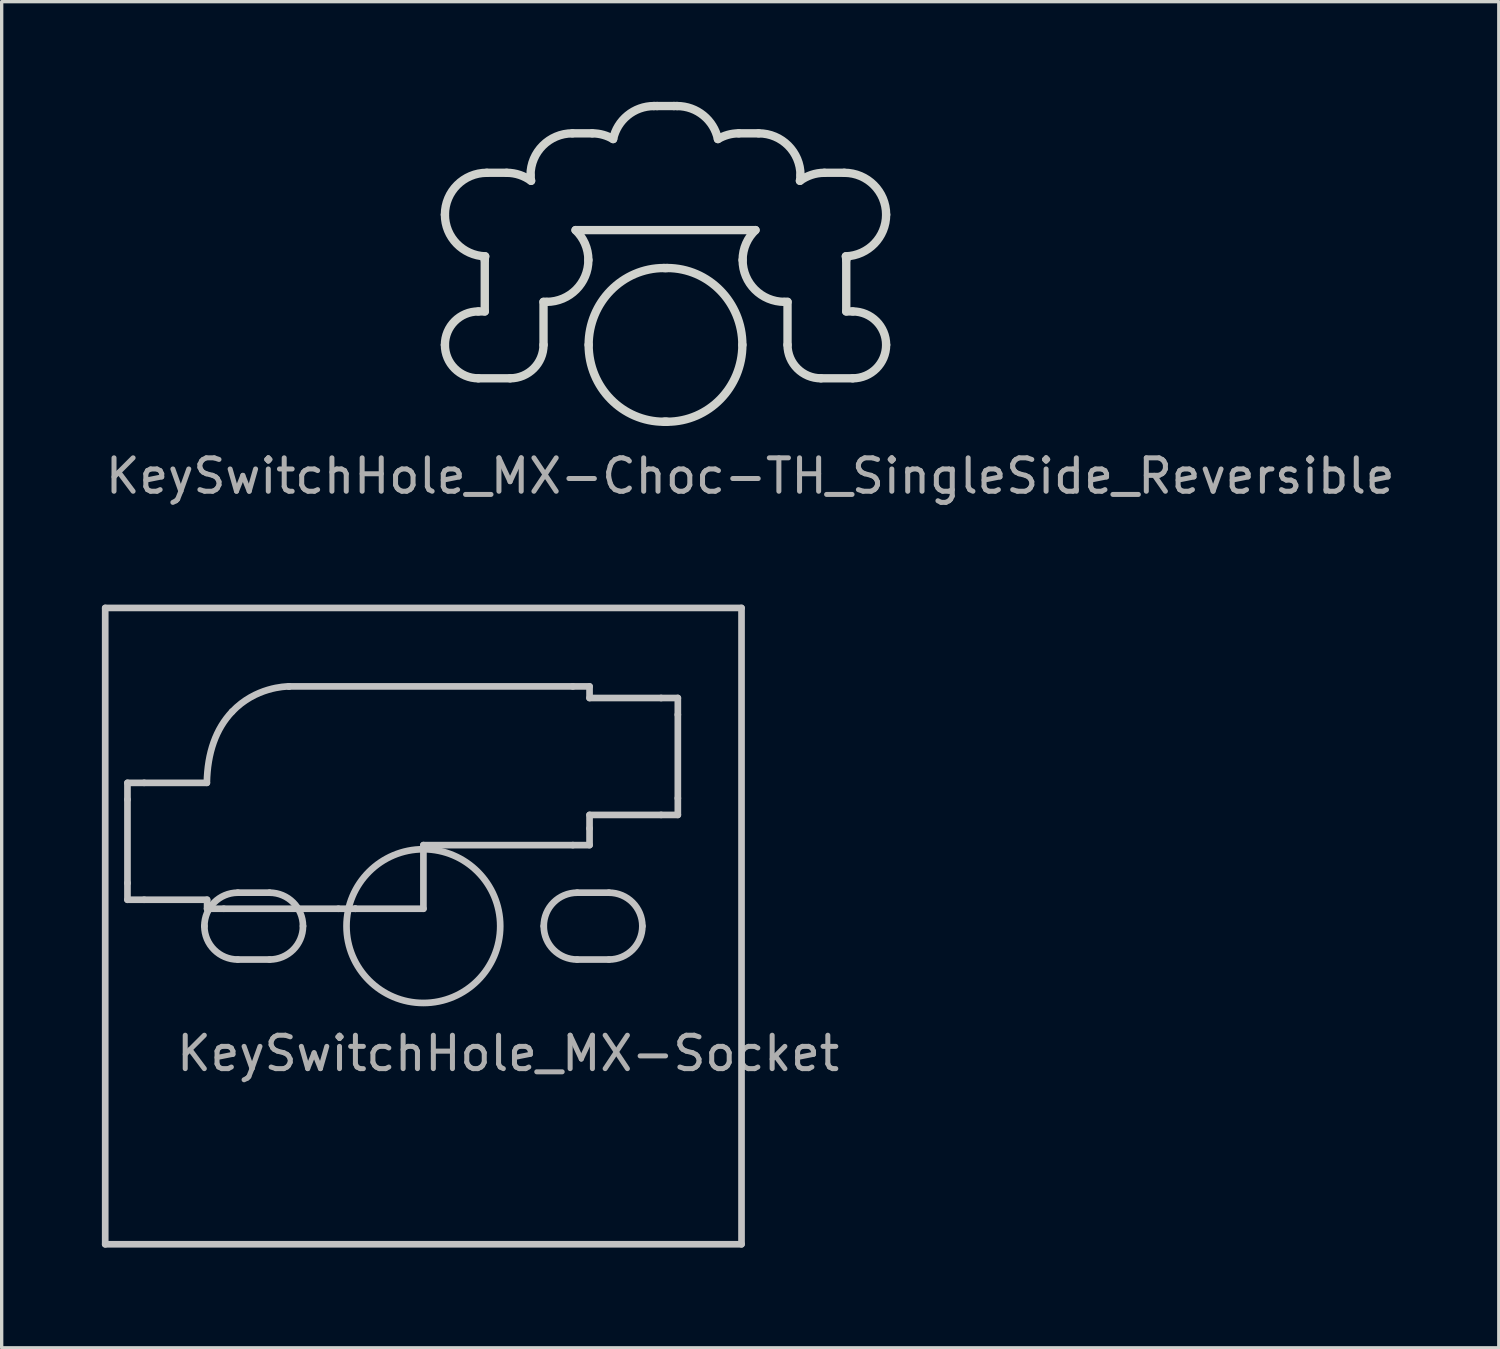
<source format=kicad_pcb>
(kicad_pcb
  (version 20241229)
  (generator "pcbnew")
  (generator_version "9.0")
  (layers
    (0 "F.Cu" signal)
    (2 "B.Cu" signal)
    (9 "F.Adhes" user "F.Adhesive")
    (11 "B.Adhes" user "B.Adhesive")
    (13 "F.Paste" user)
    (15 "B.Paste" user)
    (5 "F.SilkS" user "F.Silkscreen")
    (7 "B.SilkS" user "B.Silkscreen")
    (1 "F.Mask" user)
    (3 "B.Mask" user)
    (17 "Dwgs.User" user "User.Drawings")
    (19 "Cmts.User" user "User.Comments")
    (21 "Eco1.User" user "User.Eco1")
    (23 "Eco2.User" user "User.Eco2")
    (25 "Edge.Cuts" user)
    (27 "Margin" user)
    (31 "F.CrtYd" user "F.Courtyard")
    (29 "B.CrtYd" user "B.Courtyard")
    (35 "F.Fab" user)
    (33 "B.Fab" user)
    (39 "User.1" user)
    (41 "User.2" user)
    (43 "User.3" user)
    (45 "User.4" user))
  (footprint "KeySwitchHole_MX-Socket"
    (layer "F.Cu")
    (at 9.625 24.676)
    (property "Reference" "KeySwitchHole_MX-Socket" (at 2.537 3.812 0) (layer "F.Fab") (effects (font (size 1 1) (thickness 0.15))))
    (attr through_hole)
    (fp_circle (center 0 0) (end 2.301 0) (stroke (width 0.2) (type solid)) (fill no) (layer "Dwgs.User"))
    (fp_curve (pts (xy -9.525 -9.525) (xy -9.525 -9.525) (xy 9.525 -9.525) (xy 9.525 -9.525)) (stroke (width 0.2) (type solid)) (layer "Dwgs.User"))
    (fp_curve (pts (xy -9.525 9.525) (xy -9.525 9.525) (xy -9.525 -9.525) (xy -9.525 -9.525)) (stroke (width 0.2) (type solid)) (layer "Dwgs.User"))
    (fp_curve (pts (xy -8.859 -4.289) (xy -8.859 -4.289) (xy -8.859 -3.789) (xy -8.859 -3.789)) (stroke (width 0.2) (type solid)) (layer "Dwgs.User"))
    (fp_curve (pts (xy -8.859 -3.789) (xy -8.859 -3.789) (xy -8.859 -1.289) (xy -8.859 -1.289)) (stroke (width 0.2) (type solid)) (layer "Dwgs.User"))
    (fp_curve (pts (xy -8.859 -1.289) (xy -8.859 -1.289) (xy -8.859 -0.789) (xy -8.859 -0.789)) (stroke (width 0.2) (type solid)) (layer "Dwgs.User"))
    (fp_curve (pts (xy -8.859 -0.789) (xy -8.859 -0.789) (xy -8.359 -0.789) (xy -8.359 -0.789)) (stroke (width 0.2) (type solid)) (layer "Dwgs.User"))
    (fp_curve (pts (xy -8.359 -4.289) (xy -8.359 -4.289) (xy -8.859 -4.289) (xy -8.859 -4.289)) (stroke (width 0.2) (type solid)) (layer "Dwgs.User"))
    (fp_curve (pts (xy -8.359 -0.789) (xy -8.359 -0.789) (xy -6.475 -0.789) (xy -6.475 -0.789)) (stroke (width 0.2) (type solid)) (layer "Dwgs.User"))
    (fp_curve (pts (xy -6.556 -0.000255) (xy -6.556 -0.553) (xy -6.108 -1.001) (xy -5.555 -1.001)) (stroke (width 0.2) (type solid)) (layer "Dwgs.User"))
    (fp_curve (pts (xy -6.482 -4.289) (xy -6.482 -4.289) (xy -8.359 -4.289) (xy -8.359 -4.289)) (stroke (width 0.2) (type solid)) (layer "Dwgs.User"))
    (fp_curve (pts (xy -6.475 -0.789) (xy -6.475 -0.789) (xy -6.475 -0.52) (xy -6.475 -0.52)) (stroke (width 0.2) (type solid)) (layer "Dwgs.User"))
    (fp_curve (pts (xy -6.475 -0.52) (xy -6.475 -0.52) (xy -5.975 -0.52) (xy -5.975 -0.52)) (stroke (width 0.2) (type solid)) (layer "Dwgs.User"))
    (fp_curve (pts (xy -5.975 -0.52) (xy -5.975 -0.52) (xy -2.544 -0.52) (xy -2.544 -0.52)) (stroke (width 0.2) (type solid)) (layer "Dwgs.User"))
    (fp_curve (pts (xy -5.726 -6.419) (xy -6.211 -5.906) (xy -6.465 -5.191) (xy -6.482 -4.289)) (stroke (width 0.2) (type solid)) (layer "Dwgs.User"))
    (fp_curve (pts (xy -5.555 -1.001) (xy -5.555 -1.001) (xy -4.605 -1.001) (xy -4.605 -1.001)) (stroke (width 0.2) (type solid)) (layer "Dwgs.User"))
    (fp_curve (pts (xy -5.555 1.001) (xy -6.108 1.001) (xy -6.556 0.553) (xy -6.556 -0.000255)) (stroke (width 0.2) (type solid)) (layer "Dwgs.User"))
    (fp_curve (pts (xy -4.605 -1.001) (xy -4.053 -1.001) (xy -3.604 -0.553) (xy -3.604 -0.000255)) (stroke (width 0.2) (type solid)) (layer "Dwgs.User"))
    (fp_curve (pts (xy -4.605 1.001) (xy -4.605 1.001) (xy -5.555 1.001) (xy -5.555 1.001)) (stroke (width 0.2) (type solid)) (layer "Dwgs.User"))
    (fp_curve (pts (xy -4.023 -7.176) (xy -4.124 -7.176) (xy -5.029 -7.155) (xy -5.726 -6.419)) (stroke (width 0.2) (type solid)) (layer "Dwgs.User"))
    (fp_curve (pts (xy -4.022 -7.176) (xy -4.022 -7.176) (xy -4.023 -7.176) (xy -4.023 -7.176)) (stroke (width 0.2) (type solid)) (layer "Dwgs.User"))
    (fp_curve (pts (xy -3.604 -0.000255) (xy -3.604 0.553) (xy -4.053 1.001) (xy -4.605 1.001)) (stroke (width 0.2) (type solid)) (layer "Dwgs.User"))
    (fp_curve (pts (xy -2.544 -0.52) (xy -2.544 -0.52) (xy -2.037 -0.52) (xy -2.037 -0.52)) (stroke (width 0.2) (type solid)) (layer "Dwgs.User"))
    (fp_curve (pts (xy -2.037 -0.52) (xy -2.037 -0.52) (xy -2.037 -0.52) (xy -2.037 -0.52)) (stroke (width 0.2) (type solid)) (layer "Dwgs.User"))
    (fp_curve (pts (xy -2.037 -0.52) (xy -2.037 -0.52) (xy 0.001 -0.52) (xy 0.001 -0.52)) (stroke (width 0.2) (type solid)) (layer "Dwgs.User"))
    (fp_curve (pts (xy 0.001 -2.425) (xy 0.001 -2.425) (xy 4.475 -2.425) (xy 4.475 -2.425)) (stroke (width 0.2) (type solid)) (layer "Dwgs.User"))
    (fp_curve (pts (xy 0.001 -0.52) (xy 0.001 -0.52) (xy 0.001 -2.425) (xy 0.001 -2.425)) (stroke (width 0.2) (type solid)) (layer "Dwgs.User"))
    (fp_curve (pts (xy 3.604 -0.000255) (xy 3.604 -0.553) (xy 4.052 -1.001) (xy 4.605 -1.001)) (stroke (width 0.2) (type solid)) (layer "Dwgs.User"))
    (fp_curve (pts (xy 4.475 -7.176) (xy 4.475 -7.176) (xy -4.022 -7.176) (xy -4.022 -7.176)) (stroke (width 0.2) (type solid)) (layer "Dwgs.User"))
    (fp_curve (pts (xy 4.475 -2.425) (xy 4.475 -2.425) (xy 4.975 -2.425) (xy 4.975 -2.425)) (stroke (width 0.2) (type solid)) (layer "Dwgs.User"))
    (fp_curve (pts (xy 4.605 -1.001) (xy 4.605 -1.001) (xy 5.555 -1.001) (xy 5.555 -1.001)) (stroke (width 0.2) (type solid)) (layer "Dwgs.User"))
    (fp_curve (pts (xy 4.605 1.001) (xy 4.052 1.001) (xy 3.604 0.553) (xy 3.604 -0.000255)) (stroke (width 0.2) (type solid)) (layer "Dwgs.User"))
    (fp_curve (pts (xy 4.975 -7.176) (xy 4.975 -7.176) (xy 4.475 -7.176) (xy 4.475 -7.176)) (stroke (width 0.2) (type solid)) (layer "Dwgs.User"))
    (fp_curve (pts (xy 4.975 -6.829) (xy 4.975 -6.829) (xy 4.975 -7.176) (xy 4.975 -7.176)) (stroke (width 0.2) (type solid)) (layer "Dwgs.User"))
    (fp_curve (pts (xy 4.975 -3.329) (xy 4.975 -3.329) (xy 7.118 -3.329) (xy 7.118 -3.329)) (stroke (width 0.2) (type solid)) (layer "Dwgs.User"))
    (fp_curve (pts (xy 4.975 -2.925) (xy 4.975 -2.925) (xy 4.975 -3.329) (xy 4.975 -3.329)) (stroke (width 0.2) (type solid)) (layer "Dwgs.User"))
    (fp_curve (pts (xy 4.975 -2.425) (xy 4.975 -2.425) (xy 4.975 -2.925) (xy 4.975 -2.925)) (stroke (width 0.2) (type solid)) (layer "Dwgs.User"))
    (fp_curve (pts (xy 5.555 -1.001) (xy 6.108 -1.001) (xy 6.556 -0.553) (xy 6.556 -0.000255)) (stroke (width 0.2) (type solid)) (layer "Dwgs.User"))
    (fp_curve (pts (xy 5.555 1.001) (xy 5.555 1.001) (xy 4.605 1.001) (xy 4.605 1.001)) (stroke (width 0.2) (type solid)) (layer "Dwgs.User"))
    (fp_curve (pts (xy 6.556 -0.000255) (xy 6.556 0.553) (xy 6.108 1.001) (xy 5.555 1.001)) (stroke (width 0.2) (type solid)) (layer "Dwgs.User"))
    (fp_curve (pts (xy 7.118 -6.829) (xy 7.118 -6.829) (xy 4.975 -6.829) (xy 4.975 -6.829)) (stroke (width 0.2) (type solid)) (layer "Dwgs.User"))
    (fp_curve (pts (xy 7.118 -3.329) (xy 7.118 -3.329) (xy 7.618 -3.329) (xy 7.618 -3.329)) (stroke (width 0.2) (type solid)) (layer "Dwgs.User"))
    (fp_curve (pts (xy 7.618 -6.829) (xy 7.618 -6.829) (xy 7.118 -6.829) (xy 7.118 -6.829)) (stroke (width 0.2) (type solid)) (layer "Dwgs.User"))
    (fp_curve (pts (xy 7.618 -6.329) (xy 7.618 -6.329) (xy 7.618 -6.829) (xy 7.618 -6.829)) (stroke (width 0.2) (type solid)) (layer "Dwgs.User"))
    (fp_curve (pts (xy 7.618 -3.829) (xy 7.618 -3.829) (xy 7.618 -6.329) (xy 7.618 -6.329)) (stroke (width 0.2) (type solid)) (layer "Dwgs.User"))
    (fp_curve (pts (xy 7.618 -3.329) (xy 7.618 -3.329) (xy 7.618 -3.829) (xy 7.618 -3.829)) (stroke (width 0.2) (type solid)) (layer "Dwgs.User"))
    (fp_curve (pts (xy 9.525 -9.525) (xy 9.525 -9.525) (xy 9.525 9.525) (xy 9.525 9.525)) (stroke (width 0.2) (type solid)) (layer "Dwgs.User"))
    (fp_curve (pts (xy 9.525 9.525) (xy 9.525 9.525) (xy -9.525 9.525) (xy -9.525 9.525)) (stroke (width 0.2) (type solid)) (layer "Dwgs.User")))
  (footprint "KeySwitchHole_MX-Choc-TH_SingleSide_Reversible"
    (layer "F.Cu")
    (at 16.826 7.275)
    (property "Reference" "KeySwitchHole_MX-Choc-TH_SingleSide_Reversible" (at 2.585 3.927 0) (layer "F.Fab") (effects (font (size 1 1) (thickness 0.15))))
    (attr through_hole)
    (fp_curve (pts (xy -6.556 -3.899) (xy -6.556 -3.223) (xy -6.021 -2.676) (xy -5.351 -2.651)) (stroke (width 0.25) (type solid)) (layer "Edge.Cuts"))
    (fp_curve (pts (xy -6.556 -0.000261) (xy -6.556 0.553) (xy -6.108 1.001) (xy -5.555 1.001)) (stroke (width 0.25) (type solid)) (layer "Edge.Cuts"))
    (fp_curve (pts (xy -5.555 -1.001) (xy -6.108 -1.001) (xy -6.556 -0.553) (xy -6.556 -0.000261)) (stroke (width 0.25) (type solid)) (layer "Edge.Cuts"))
    (fp_curve (pts (xy -5.555 1.001) (xy -5.555 1.001) (xy -4.605 1.001) (xy -4.605 1.001)) (stroke (width 0.25) (type solid)) (layer "Edge.Cuts"))
    (fp_curve (pts (xy -5.363 -2.54) (xy -5.363 -2.54) (xy -5.363 -1.001) (xy -5.363 -1.001)) (stroke (width 0.25) (type solid)) (layer "Edge.Cuts"))
    (fp_curve (pts (xy -5.363 -1.001) (xy -5.363 -1.001) (xy -5.555 -1.001) (xy -5.555 -1.001)) (stroke (width 0.25) (type solid)) (layer "Edge.Cuts"))
    (fp_curve (pts (xy -5.351 -2.651) (xy -5.355 -2.614) (xy -5.363 -2.578) (xy -5.363 -2.54)) (stroke (width 0.25) (type solid)) (layer "Edge.Cuts"))
    (fp_curve (pts (xy -5.303 -5.152) (xy -5.995 -5.152) (xy -6.556 -4.591) (xy -6.556 -3.899)) (stroke (width 0.25) (type solid)) (layer "Edge.Cuts"))
    (fp_curve (pts (xy -4.707 -5.152) (xy -4.707 -5.152) (xy -5.303 -5.152) (xy -5.303 -5.152)) (stroke (width 0.25) (type solid)) (layer "Edge.Cuts"))
    (fp_curve (pts (xy -4.605 1.001) (xy -4.053 1.001) (xy -3.604 0.553) (xy -3.604 -0.000261)) (stroke (width 0.25) (type solid)) (layer "Edge.Cuts"))
    (fp_curve (pts (xy -3.993 -5.08) (xy -3.993 -5.023) (xy -3.983 -4.968) (xy -3.976 -4.912)) (stroke (width 0.25) (type solid)) (layer "Edge.Cuts"))
    (fp_curve (pts (xy -3.976 -4.912) (xy -4.182 -5.061) (xy -4.433 -5.152) (xy -4.707 -5.152)) (stroke (width 0.25) (type solid)) (layer "Edge.Cuts"))
    (fp_curve (pts (xy -3.604 -1.288) (xy -3.604 -1.288) (xy -3.513 -1.288) (xy -3.513 -1.288)) (stroke (width 0.25) (type solid)) (layer "Edge.Cuts"))
    (fp_curve (pts (xy -3.604 -0.000261) (xy -3.604 -0.000261) (xy -3.604 -1.288) (xy -3.604 -1.288)) (stroke (width 0.25) (type solid)) (layer "Edge.Cuts"))
    (fp_curve (pts (xy -3.513 -1.288) (xy -2.821 -1.288) (xy -2.261 -1.848) (xy -2.261 -2.54)) (stroke (width 0.25) (type solid)) (layer "Edge.Cuts"))
    (fp_curve (pts (xy -2.74 -6.333) (xy -3.432 -6.333) (xy -3.993 -5.772) (xy -3.993 -5.08)) (stroke (width 0.25) (type solid)) (layer "Edge.Cuts"))
    (fp_curve (pts (xy -2.645 -3.436) (xy -2.645 -3.436) (xy 2.742 -3.436) (xy 2.742 -3.436)) (stroke (width 0.25) (type solid)) (layer "Edge.Cuts"))
    (fp_curve (pts (xy -2.261 -2.54) (xy -2.261 -2.894) (xy -2.41 -3.21) (xy -2.645 -3.436)) (stroke (width 0.25) (type solid)) (layer "Edge.Cuts"))
    (fp_curve (pts (xy -2.253 -0.000002) (xy -2.253 1.271) (xy -1.244 2.301) (xy 0.001 2.301)) (stroke (width 0.25) (type solid)) (layer "Edge.Cuts"))
    (fp_curve (pts (xy -2.144 -6.333) (xy -2.144 -6.333) (xy -2.74 -6.333) (xy -2.74 -6.333)) (stroke (width 0.25) (type solid)) (layer "Edge.Cuts"))
    (fp_curve (pts (xy -1.52 -6.162) (xy -1.704 -6.269) (xy -1.916 -6.333) (xy -2.144 -6.333)) (stroke (width 0.25) (type solid)) (layer "Edge.Cuts"))
    (fp_curve (pts (xy -0.297 -7.15) (xy -0.898 -7.15) (xy -1.399 -6.727) (xy -1.52 -6.162)) (stroke (width 0.25) (type solid)) (layer "Edge.Cuts"))
    (fp_curve (pts (xy -0.203 -7.15) (xy -0.203 -7.15) (xy -0.297 -7.15) (xy -0.297 -7.15)) (stroke (width 0.25) (type solid)) (layer "Edge.Cuts"))
    (fp_curve (pts (xy 0.001 -2.301) (xy -1.244 -2.301) (xy -2.253 -1.271) (xy -2.253 -0.000002)) (stroke (width 0.25) (type solid)) (layer "Edge.Cuts"))
    (fp_curve (pts (xy 0.001 2.301) (xy 0.017 2.301) (xy 0.032 2.299) (xy 0.048 2.299)) (stroke (width 0.25) (type solid)) (layer "Edge.Cuts"))
    (fp_curve (pts (xy 0.048 -2.299) (xy 0.032 -2.299) (xy 0.017 -2.301) (xy 0.001 -2.301)) (stroke (width 0.25) (type solid)) (layer "Edge.Cuts"))
    (fp_curve (pts (xy 0.048 2.299) (xy 0.064 2.299) (xy 0.08 2.301) (xy 0.096 2.301)) (stroke (width 0.25) (type solid)) (layer "Edge.Cuts"))
    (fp_curve (pts (xy 0.096 -2.301) (xy 0.08 -2.301) (xy 0.064 -2.299) (xy 0.048 -2.299)) (stroke (width 0.25) (type solid)) (layer "Edge.Cuts"))
    (fp_curve (pts (xy 0.096 2.301) (xy 1.34 2.301) (xy 2.349 1.271) (xy 2.349 -0.000002)) (stroke (width 0.25) (type solid)) (layer "Edge.Cuts"))
    (fp_curve (pts (xy 0.3 -7.15) (xy 0.3 -7.15) (xy -0.203 -7.15) (xy -0.203 -7.15)) (stroke (width 0.25) (type solid)) (layer "Edge.Cuts"))
    (fp_curve (pts (xy 0.393 -7.15) (xy 0.393 -7.15) (xy 0.3 -7.15) (xy 0.3 -7.15)) (stroke (width 0.25) (type solid)) (layer "Edge.Cuts"))
    (fp_curve (pts (xy 1.617 -6.162) (xy 1.495 -6.727) (xy 0.994 -7.15) (xy 0.393 -7.15)) (stroke (width 0.25) (type solid)) (layer "Edge.Cuts"))
    (fp_curve (pts (xy 2.24 -6.333) (xy 2.012 -6.333) (xy 1.801 -6.269) (xy 1.617 -6.162)) (stroke (width 0.25) (type solid)) (layer "Edge.Cuts"))
    (fp_curve (pts (xy 2.349 -0.000002) (xy 2.349 -1.271) (xy 1.34 -2.301) (xy 0.096 -2.301)) (stroke (width 0.25) (type solid)) (layer "Edge.Cuts"))
    (fp_curve (pts (xy 2.357 -2.54) (xy 2.357 -1.848) (xy 2.918 -1.288) (xy 3.61 -1.288)) (stroke (width 0.25) (type solid)) (layer "Edge.Cuts"))
    (fp_curve (pts (xy 2.742 -3.436) (xy 2.506 -3.21) (xy 2.357 -2.894) (xy 2.357 -2.54)) (stroke (width 0.25) (type solid)) (layer "Edge.Cuts"))
    (fp_curve (pts (xy 2.837 -6.333) (xy 2.837 -6.333) (xy 2.24 -6.333) (xy 2.24 -6.333)) (stroke (width 0.25) (type solid)) (layer "Edge.Cuts"))
    (fp_curve (pts (xy 3.61 -1.288) (xy 3.61 -1.288) (xy 3.701 -1.288) (xy 3.701 -1.288)) (stroke (width 0.25) (type solid)) (layer "Edge.Cuts"))
    (fp_curve (pts (xy 3.701 -1.288) (xy 3.701 -1.288) (xy 3.701 -0.000261) (xy 3.701 -0.000261)) (stroke (width 0.25) (type solid)) (layer "Edge.Cuts"))
    (fp_curve (pts (xy 3.701 -0.000261) (xy 3.701 0.553) (xy 4.149 1.001) (xy 4.702 1.001)) (stroke (width 0.25) (type solid)) (layer "Edge.Cuts"))
    (fp_curve (pts (xy 4.073 -4.912) (xy 4.08 -4.968) (xy 4.089 -5.023) (xy 4.089 -5.08)) (stroke (width 0.25) (type solid)) (layer "Edge.Cuts"))
    (fp_curve (pts (xy 4.089 -5.08) (xy 4.089 -5.772) (xy 3.529 -6.333) (xy 2.837 -6.333)) (stroke (width 0.25) (type solid)) (layer "Edge.Cuts"))
    (fp_curve (pts (xy 4.702 1.001) (xy 4.702 1.001) (xy 5.652 1.001) (xy 5.652 1.001)) (stroke (width 0.25) (type solid)) (layer "Edge.Cuts"))
    (fp_curve (pts (xy 4.804 -5.152) (xy 4.53 -5.152) (xy 4.279 -5.061) (xy 4.073 -4.912)) (stroke (width 0.25) (type solid)) (layer "Edge.Cuts"))
    (fp_curve (pts (xy 5.4 -5.152) (xy 5.4 -5.152) (xy 4.804 -5.152) (xy 4.804 -5.152)) (stroke (width 0.25) (type solid)) (layer "Edge.Cuts"))
    (fp_curve (pts (xy 5.448 -2.651) (xy 6.117 -2.676) (xy 6.653 -3.223) (xy 6.653 -3.899)) (stroke (width 0.25) (type solid)) (layer "Edge.Cuts"))
    (fp_curve (pts (xy 5.459 -2.54) (xy 5.459 -2.578) (xy 5.451 -2.614) (xy 5.448 -2.651)) (stroke (width 0.25) (type solid)) (layer "Edge.Cuts"))
    (fp_curve (pts (xy 5.459 -1.001) (xy 5.459 -1.001) (xy 5.459 -2.54) (xy 5.459 -2.54)) (stroke (width 0.25) (type solid)) (layer "Edge.Cuts"))
    (fp_curve (pts (xy 5.652 -1.001) (xy 5.652 -1.001) (xy 5.459 -1.001) (xy 5.459 -1.001)) (stroke (width 0.25) (type solid)) (layer "Edge.Cuts"))
    (fp_curve (pts (xy 5.652 1.001) (xy 6.205 1.001) (xy 6.653 0.553) (xy 6.653 -0.000261)) (stroke (width 0.25) (type solid)) (layer "Edge.Cuts"))
    (fp_curve (pts (xy 6.653 -3.899) (xy 6.653 -4.591) (xy 6.092 -5.152) (xy 5.4 -5.152)) (stroke (width 0.25) (type solid)) (layer "Edge.Cuts"))
    (fp_curve (pts (xy 6.653 -0.000261) (xy 6.653 -0.553) (xy 6.205 -1.001) (xy 5.652 -1.001)) (stroke (width 0.25) (type solid)) (layer "Edge.Cuts")))
  (gr_rect
    (start -3 -3)
    (end 41.821 37.301)
    (stroke (width 0.1) (type default))
    (fill no)
    (layer "Edge.Cuts")))
</source>
